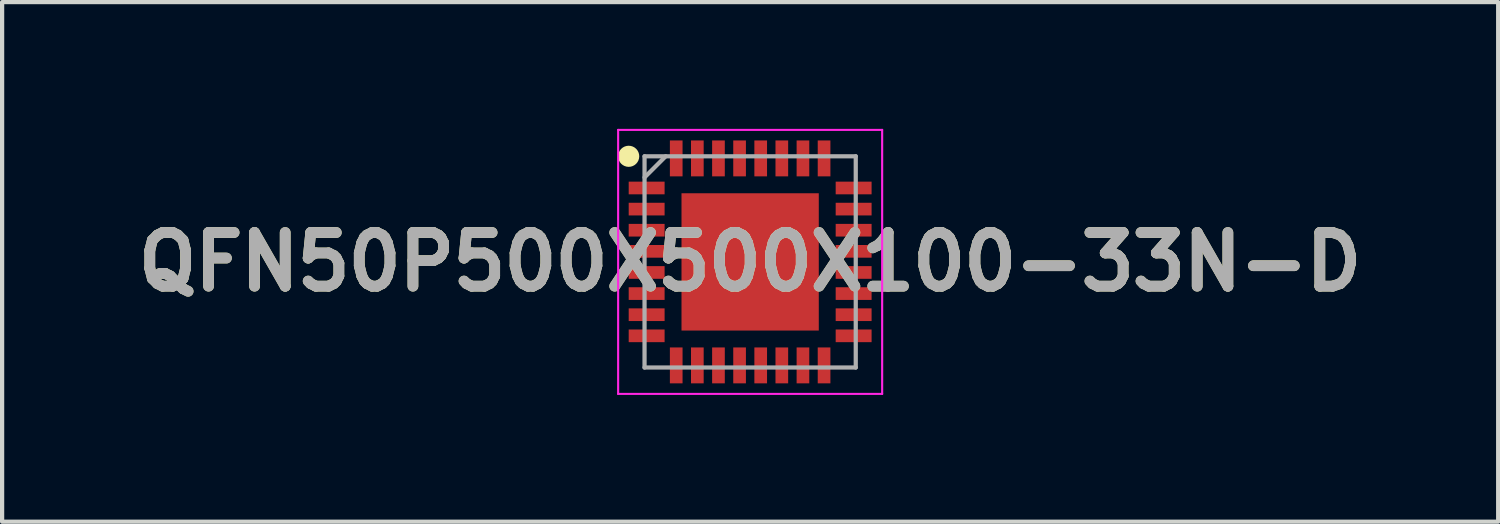
<source format=kicad_pcb>
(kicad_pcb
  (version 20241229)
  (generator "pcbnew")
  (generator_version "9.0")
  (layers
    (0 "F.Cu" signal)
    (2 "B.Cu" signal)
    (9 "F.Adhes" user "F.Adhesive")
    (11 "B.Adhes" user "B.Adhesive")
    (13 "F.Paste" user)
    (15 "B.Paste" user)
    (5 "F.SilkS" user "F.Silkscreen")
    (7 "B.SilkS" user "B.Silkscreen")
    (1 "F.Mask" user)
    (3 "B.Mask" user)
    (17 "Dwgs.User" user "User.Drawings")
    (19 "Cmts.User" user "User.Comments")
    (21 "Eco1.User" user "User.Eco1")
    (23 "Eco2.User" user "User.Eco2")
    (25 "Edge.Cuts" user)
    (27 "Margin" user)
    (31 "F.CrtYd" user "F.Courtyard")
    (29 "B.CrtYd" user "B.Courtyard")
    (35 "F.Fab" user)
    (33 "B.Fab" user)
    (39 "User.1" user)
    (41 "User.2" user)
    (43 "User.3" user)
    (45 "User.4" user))
  (footprint "QFN50P500X500X100-33N-D"
    (layer "F.Cu")
    (at 14.708 3.15)
    (property "Reference" "QFN50P500X500X100-33N-D" (at 0 0 0) (layer "F.SilkS") (effects (font (size 1.27 1.27) (thickness 0.254))))
    (attr smd)
    (fp_circle (center -2.875 -2.5) (end -2.875 -2.375) (stroke (width 0.25) (type solid)) (fill no) (layer "F.SilkS"))
    (fp_line (start -3.125 -3.125) (end 3.125 -3.125) (stroke (width 0.05) (type solid)) (layer "F.CrtYd"))
    (fp_line (start -3.125 3.125) (end -3.125 -3.125) (stroke (width 0.05) (type solid)) (layer "F.CrtYd"))
    (fp_line (start 3.125 -3.125) (end 3.125 3.125) (stroke (width 0.05) (type solid)) (layer "F.CrtYd"))
    (fp_line (start 3.125 3.125) (end -3.125 3.125) (stroke (width 0.05) (type solid)) (layer "F.CrtYd"))
    (fp_line (start -2.5 -2.5) (end 2.5 -2.5) (stroke (width 0.1) (type solid)) (layer "F.Fab"))
    (fp_line (start -2.5 -2) (end -2 -2.5) (stroke (width 0.1) (type solid)) (layer "F.Fab"))
    (fp_line (start -2.5 2.5) (end -2.5 -2.5) (stroke (width 0.1) (type solid)) (layer "F.Fab"))
    (fp_line (start 2.5 -2.5) (end 2.5 2.5) (stroke (width 0.1) (type solid)) (layer "F.Fab"))
    (fp_line (start 2.5 2.5) (end -2.5 2.5) (stroke (width 0.1) (type solid)) (layer "F.Fab"))
    (fp_text user "${REFERENCE}" (at 0 0 0) (layer "F.Fab") (effects (font (size 1.27 1.27) (thickness 0.254))))
    (pad "1" smd rect (at -2.45 -1.75 90) (size 0.3 0.85) (layers "F.Cu" "F.Mask" "F.Paste"))
    (pad "2" smd rect (at -2.45 -1.25 90) (size 0.3 0.85) (layers "F.Cu" "F.Mask" "F.Paste"))
    (pad "3" smd rect (at -2.45 -0.75 90) (size 0.3 0.85) (layers "F.Cu" "F.Mask" "F.Paste"))
    (pad "4" smd rect (at -2.45 -0.25 90) (size 0.3 0.85) (layers "F.Cu" "F.Mask" "F.Paste"))
    (pad "5" smd rect (at -2.45 0.25 90) (size 0.3 0.85) (layers "F.Cu" "F.Mask" "F.Paste"))
    (pad "6" smd rect (at -2.45 0.75 90) (size 0.3 0.85) (layers "F.Cu" "F.Mask" "F.Paste"))
    (pad "7" smd rect (at -2.45 1.25 90) (size 0.3 0.85) (layers "F.Cu" "F.Mask" "F.Paste"))
    (pad "8" smd rect (at -2.45 1.75 90) (size 0.3 0.85) (layers "F.Cu" "F.Mask" "F.Paste"))
    (pad "9" smd rect (at -1.75 2.45) (size 0.3 0.85) (layers "F.Cu" "F.Mask" "F.Paste"))
    (pad "10" smd rect (at -1.25 2.45) (size 0.3 0.85) (layers "F.Cu" "F.Mask" "F.Paste"))
    (pad "11" smd rect (at -0.75 2.45) (size 0.3 0.85) (layers "F.Cu" "F.Mask" "F.Paste"))
    (pad "12" smd rect (at -0.25 2.45) (size 0.3 0.85) (layers "F.Cu" "F.Mask" "F.Paste"))
    (pad "13" smd rect (at 0.25 2.45) (size 0.3 0.85) (layers "F.Cu" "F.Mask" "F.Paste"))
    (pad "14" smd rect (at 0.75 2.45) (size 0.3 0.85) (layers "F.Cu" "F.Mask" "F.Paste"))
    (pad "15" smd rect (at 1.25 2.45) (size 0.3 0.85) (layers "F.Cu" "F.Mask" "F.Paste"))
    (pad "16" smd rect (at 1.75 2.45) (size 0.3 0.85) (layers "F.Cu" "F.Mask" "F.Paste"))
    (pad "17" smd rect (at 2.45 1.75 90) (size 0.3 0.85) (layers "F.Cu" "F.Mask" "F.Paste"))
    (pad "18" smd rect (at 2.45 1.25 90) (size 0.3 0.85) (layers "F.Cu" "F.Mask" "F.Paste"))
    (pad "19" smd rect (at 2.45 0.75 90) (size 0.3 0.85) (layers "F.Cu" "F.Mask" "F.Paste"))
    (pad "20" smd rect (at 2.45 0.25 90) (size 0.3 0.85) (layers "F.Cu" "F.Mask" "F.Paste"))
    (pad "21" smd rect (at 2.45 -0.25 90) (size 0.3 0.85) (layers "F.Cu" "F.Mask" "F.Paste"))
    (pad "22" smd rect (at 2.45 -0.75 90) (size 0.3 0.85) (layers "F.Cu" "F.Mask" "F.Paste"))
    (pad "23" smd rect (at 2.45 -1.25 90) (size 0.3 0.85) (layers "F.Cu" "F.Mask" "F.Paste"))
    (pad "24" smd rect (at 2.45 -1.75 90) (size 0.3 0.85) (layers "F.Cu" "F.Mask" "F.Paste"))
    (pad "25" smd rect (at 1.75 -2.45) (size 0.3 0.85) (layers "F.Cu" "F.Mask" "F.Paste"))
    (pad "26" smd rect (at 1.25 -2.45) (size 0.3 0.85) (layers "F.Cu" "F.Mask" "F.Paste"))
    (pad "27" smd rect (at 0.75 -2.45) (size 0.3 0.85) (layers "F.Cu" "F.Mask" "F.Paste"))
    (pad "28" smd rect (at 0.25 -2.45) (size 0.3 0.85) (layers "F.Cu" "F.Mask" "F.Paste"))
    (pad "29" smd rect (at -0.25 -2.45) (size 0.3 0.85) (layers "F.Cu" "F.Mask" "F.Paste"))
    (pad "30" smd rect (at -0.75 -2.45) (size 0.3 0.85) (layers "F.Cu" "F.Mask" "F.Paste"))
    (pad "31" smd rect (at -1.25 -2.45) (size 0.3 0.85) (layers "F.Cu" "F.Mask" "F.Paste"))
    (pad "32" smd rect (at -1.75 -2.45) (size 0.3 0.85) (layers "F.Cu" "F.Mask" "F.Paste"))
    (pad "33" smd rect (at 0 0) (size 3.25 3.25) (layers "F.Cu" "F.Mask" "F.Paste")))
  (gr_rect
    (start -3 -3)
    (end 32.416 9.3)
    (stroke (width 0.1) (type default))
    (fill no)
    (layer "Edge.Cuts")))
</source>
